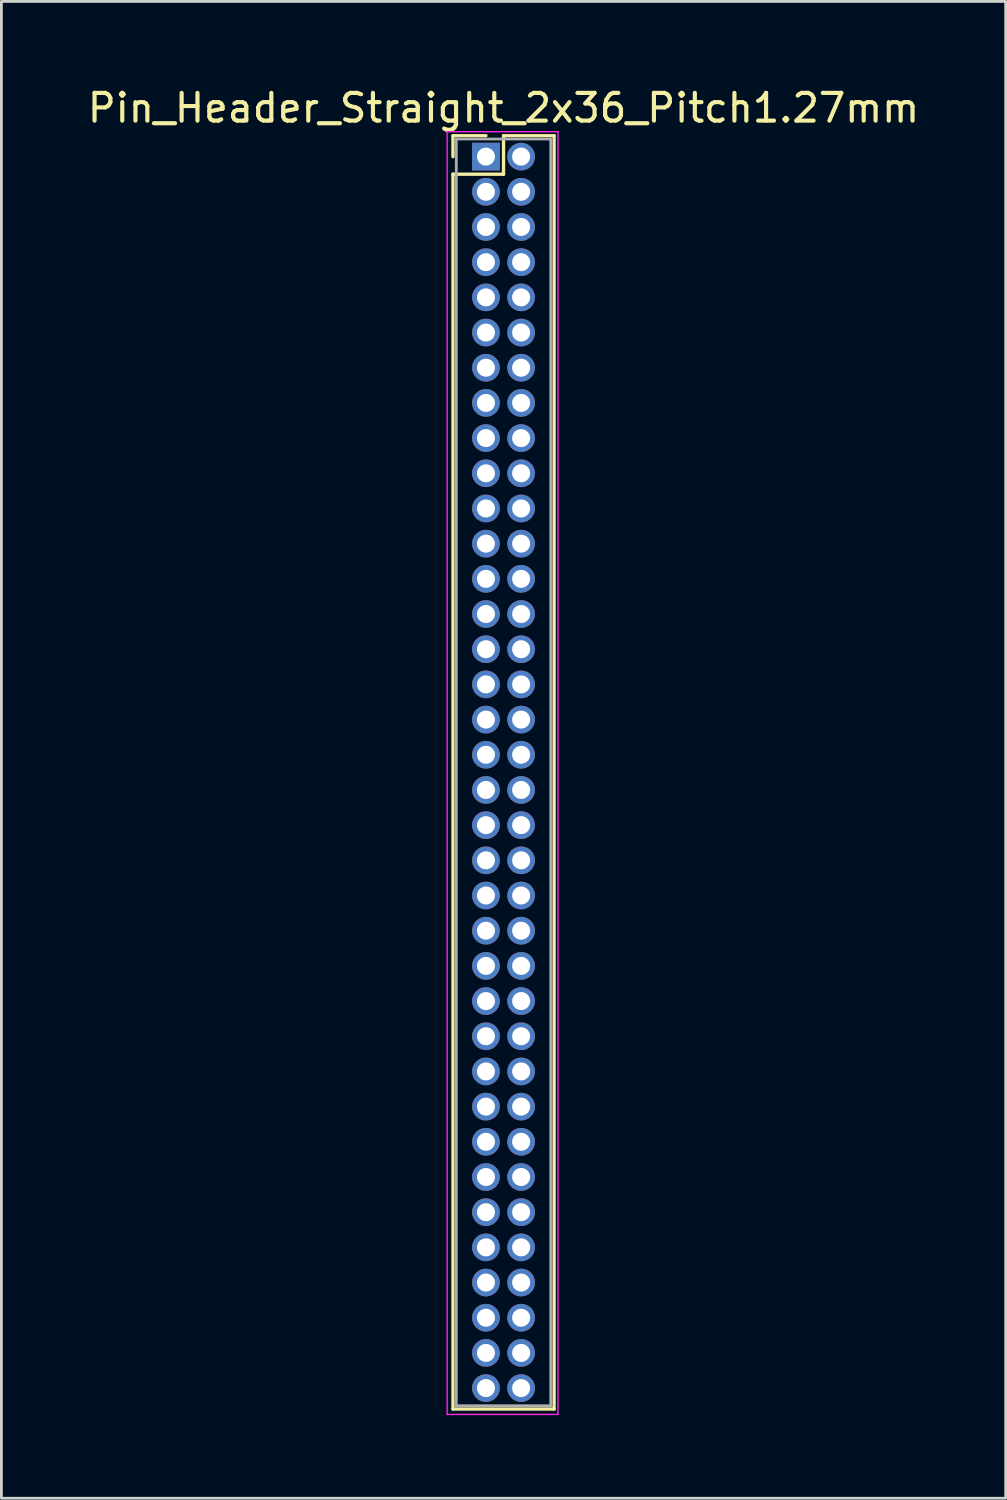
<source format=kicad_pcb>
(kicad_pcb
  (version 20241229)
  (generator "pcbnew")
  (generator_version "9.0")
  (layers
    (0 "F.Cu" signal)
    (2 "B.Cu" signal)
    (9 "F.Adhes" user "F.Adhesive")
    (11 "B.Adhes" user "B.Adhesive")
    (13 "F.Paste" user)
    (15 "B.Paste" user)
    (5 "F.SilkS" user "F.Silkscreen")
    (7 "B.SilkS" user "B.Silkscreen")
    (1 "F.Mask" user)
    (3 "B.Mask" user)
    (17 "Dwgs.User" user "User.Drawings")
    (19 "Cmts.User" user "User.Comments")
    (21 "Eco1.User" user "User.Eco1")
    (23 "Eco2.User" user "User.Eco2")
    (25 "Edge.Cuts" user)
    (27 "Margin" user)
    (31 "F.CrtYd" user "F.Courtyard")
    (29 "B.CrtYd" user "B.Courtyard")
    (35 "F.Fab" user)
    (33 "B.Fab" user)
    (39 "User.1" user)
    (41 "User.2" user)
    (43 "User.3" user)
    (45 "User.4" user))
  (footprint "Pin_Header_Straight_2x36_Pitch1.27mm"
    (layer "F.Cu")
    (at 14.49 2.603)
    (property "Reference" "Pin_Header_Straight_2x36_Pitch1.27mm" (at 0.635 -1.755 0) (layer "F.SilkS") (effects (font (size 1 1) (thickness 0.15))))
    (attr through_hole)
    (fp_line (start -1.19 -0.755) (end 0 -0.755) (stroke (width 0.12) (type solid)) (layer "F.SilkS"))
    (fp_line (start -1.19 0) (end -1.19 -0.755) (stroke (width 0.12) (type solid)) (layer "F.SilkS"))
    (fp_line (start -1.19 0.635) (end -1.19 45.205) (stroke (width 0.12) (type solid)) (layer "F.SilkS"))
    (fp_line (start -1.19 45.205) (end 2.46 45.205) (stroke (width 0.12) (type solid)) (layer "F.SilkS"))
    (fp_line (start 0.635 -0.755) (end 0.635 0.635) (stroke (width 0.12) (type solid)) (layer "F.SilkS"))
    (fp_line (start 0.635 0.635) (end -1.19 0.635) (stroke (width 0.12) (type solid)) (layer "F.SilkS"))
    (fp_line (start 2.46 -0.755) (end 0.635 -0.755) (stroke (width 0.12) (type solid)) (layer "F.SilkS"))
    (fp_line (start 2.46 45.205) (end 2.46 -0.755) (stroke (width 0.12) (type solid)) (layer "F.SilkS"))
    (fp_line (start -1.4 -0.9) (end -1.4 45.4) (stroke (width 0.05) (type solid)) (layer "F.CrtYd"))
    (fp_line (start -1.4 45.4) (end 2.6 45.4) (stroke (width 0.05) (type solid)) (layer "F.CrtYd"))
    (fp_line (start 2.6 -0.9) (end -1.4 -0.9) (stroke (width 0.05) (type solid)) (layer "F.CrtYd"))
    (fp_line (start 2.6 45.4) (end 2.6 -0.9) (stroke (width 0.05) (type solid)) (layer "F.CrtYd"))
    (fp_line (start -1.07 -0.635) (end -1.07 45.085) (stroke (width 0.1) (type solid)) (layer "F.Fab"))
    (fp_line (start -1.07 45.085) (end 2.34 45.085) (stroke (width 0.1) (type solid)) (layer "F.Fab"))
    (fp_line (start 2.34 -0.635) (end -1.07 -0.635) (stroke (width 0.1) (type solid)) (layer "F.Fab"))
    (fp_line (start 2.34 45.085) (end 2.34 -0.635) (stroke (width 0.1) (type solid)) (layer "F.Fab"))
    (pad "1" thru_hole rect (at 0 0) (size 1 1) (drill 0.65) (layers "*.Cu" "*.Mask"))
    (pad "2" thru_hole oval (at 1.27 0) (size 1 1) (drill 0.65) (layers "*.Cu" "*.Mask"))
    (pad "3" thru_hole oval (at 0 1.27) (size 1 1) (drill 0.65) (layers "*.Cu" "*.Mask"))
    (pad "4" thru_hole oval (at 1.27 1.27) (size 1 1) (drill 0.65) (layers "*.Cu" "*.Mask"))
    (pad "5" thru_hole oval (at 0 2.54) (size 1 1) (drill 0.65) (layers "*.Cu" "*.Mask"))
    (pad "6" thru_hole oval (at 1.27 2.54) (size 1 1) (drill 0.65) (layers "*.Cu" "*.Mask"))
    (pad "7" thru_hole oval (at 0 3.81) (size 1 1) (drill 0.65) (layers "*.Cu" "*.Mask"))
    (pad "8" thru_hole oval (at 1.27 3.81) (size 1 1) (drill 0.65) (layers "*.Cu" "*.Mask"))
    (pad "9" thru_hole oval (at 0 5.08) (size 1 1) (drill 0.65) (layers "*.Cu" "*.Mask"))
    (pad "10" thru_hole oval (at 1.27 5.08) (size 1 1) (drill 0.65) (layers "*.Cu" "*.Mask"))
    (pad "11" thru_hole oval (at 0 6.35) (size 1 1) (drill 0.65) (layers "*.Cu" "*.Mask"))
    (pad "12" thru_hole oval (at 1.27 6.35) (size 1 1) (drill 0.65) (layers "*.Cu" "*.Mask"))
    (pad "13" thru_hole oval (at 0 7.62) (size 1 1) (drill 0.65) (layers "*.Cu" "*.Mask"))
    (pad "14" thru_hole oval (at 1.27 7.62) (size 1 1) (drill 0.65) (layers "*.Cu" "*.Mask"))
    (pad "15" thru_hole oval (at 0 8.89) (size 1 1) (drill 0.65) (layers "*.Cu" "*.Mask"))
    (pad "16" thru_hole oval (at 1.27 8.89) (size 1 1) (drill 0.65) (layers "*.Cu" "*.Mask"))
    (pad "17" thru_hole oval (at 0 10.16) (size 1 1) (drill 0.65) (layers "*.Cu" "*.Mask"))
    (pad "18" thru_hole oval (at 1.27 10.16) (size 1 1) (drill 0.65) (layers "*.Cu" "*.Mask"))
    (pad "19" thru_hole oval (at 0 11.43) (size 1 1) (drill 0.65) (layers "*.Cu" "*.Mask"))
    (pad "20" thru_hole oval (at 1.27 11.43) (size 1 1) (drill 0.65) (layers "*.Cu" "*.Mask"))
    (pad "21" thru_hole oval (at 0 12.7) (size 1 1) (drill 0.65) (layers "*.Cu" "*.Mask"))
    (pad "22" thru_hole oval (at 1.27 12.7) (size 1 1) (drill 0.65) (layers "*.Cu" "*.Mask"))
    (pad "23" thru_hole oval (at 0 13.97) (size 1 1) (drill 0.65) (layers "*.Cu" "*.Mask"))
    (pad "24" thru_hole oval (at 1.27 13.97) (size 1 1) (drill 0.65) (layers "*.Cu" "*.Mask"))
    (pad "25" thru_hole oval (at 0 15.24) (size 1 1) (drill 0.65) (layers "*.Cu" "*.Mask"))
    (pad "26" thru_hole oval (at 1.27 15.24) (size 1 1) (drill 0.65) (layers "*.Cu" "*.Mask"))
    (pad "27" thru_hole oval (at 0 16.51) (size 1 1) (drill 0.65) (layers "*.Cu" "*.Mask"))
    (pad "28" thru_hole oval (at 1.27 16.51) (size 1 1) (drill 0.65) (layers "*.Cu" "*.Mask"))
    (pad "29" thru_hole oval (at 0 17.78) (size 1 1) (drill 0.65) (layers "*.Cu" "*.Mask"))
    (pad "30" thru_hole oval (at 1.27 17.78) (size 1 1) (drill 0.65) (layers "*.Cu" "*.Mask"))
    (pad "31" thru_hole oval (at 0 19.05) (size 1 1) (drill 0.65) (layers "*.Cu" "*.Mask"))
    (pad "32" thru_hole oval (at 1.27 19.05) (size 1 1) (drill 0.65) (layers "*.Cu" "*.Mask"))
    (pad "33" thru_hole oval (at 0 20.32) (size 1 1) (drill 0.65) (layers "*.Cu" "*.Mask"))
    (pad "34" thru_hole oval (at 1.27 20.32) (size 1 1) (drill 0.65) (layers "*.Cu" "*.Mask"))
    (pad "35" thru_hole oval (at 0 21.59) (size 1 1) (drill 0.65) (layers "*.Cu" "*.Mask"))
    (pad "36" thru_hole oval (at 1.27 21.59) (size 1 1) (drill 0.65) (layers "*.Cu" "*.Mask"))
    (pad "37" thru_hole oval (at 0 22.86) (size 1 1) (drill 0.65) (layers "*.Cu" "*.Mask"))
    (pad "38" thru_hole oval (at 1.27 22.86) (size 1 1) (drill 0.65) (layers "*.Cu" "*.Mask"))
    (pad "39" thru_hole oval (at 0 24.13) (size 1 1) (drill 0.65) (layers "*.Cu" "*.Mask"))
    (pad "40" thru_hole oval (at 1.27 24.13) (size 1 1) (drill 0.65) (layers "*.Cu" "*.Mask"))
    (pad "41" thru_hole oval (at 0 25.4) (size 1 1) (drill 0.65) (layers "*.Cu" "*.Mask"))
    (pad "42" thru_hole oval (at 1.27 25.4) (size 1 1) (drill 0.65) (layers "*.Cu" "*.Mask"))
    (pad "43" thru_hole oval (at 0 26.67) (size 1 1) (drill 0.65) (layers "*.Cu" "*.Mask"))
    (pad "44" thru_hole oval (at 1.27 26.67) (size 1 1) (drill 0.65) (layers "*.Cu" "*.Mask"))
    (pad "45" thru_hole oval (at 0 27.94) (size 1 1) (drill 0.65) (layers "*.Cu" "*.Mask"))
    (pad "46" thru_hole oval (at 1.27 27.94) (size 1 1) (drill 0.65) (layers "*.Cu" "*.Mask"))
    (pad "47" thru_hole oval (at 0 29.21) (size 1 1) (drill 0.65) (layers "*.Cu" "*.Mask"))
    (pad "48" thru_hole oval (at 1.27 29.21) (size 1 1) (drill 0.65) (layers "*.Cu" "*.Mask"))
    (pad "49" thru_hole oval (at 0 30.48) (size 1 1) (drill 0.65) (layers "*.Cu" "*.Mask"))
    (pad "50" thru_hole oval (at 1.27 30.48) (size 1 1) (drill 0.65) (layers "*.Cu" "*.Mask"))
    (pad "51" thru_hole oval (at 0 31.75) (size 1 1) (drill 0.65) (layers "*.Cu" "*.Mask"))
    (pad "52" thru_hole oval (at 1.27 31.75) (size 1 1) (drill 0.65) (layers "*.Cu" "*.Mask"))
    (pad "53" thru_hole oval (at 0 33.02) (size 1 1) (drill 0.65) (layers "*.Cu" "*.Mask"))
    (pad "54" thru_hole oval (at 1.27 33.02) (size 1 1) (drill 0.65) (layers "*.Cu" "*.Mask"))
    (pad "55" thru_hole oval (at 0 34.29) (size 1 1) (drill 0.65) (layers "*.Cu" "*.Mask"))
    (pad "56" thru_hole oval (at 1.27 34.29) (size 1 1) (drill 0.65) (layers "*.Cu" "*.Mask"))
    (pad "57" thru_hole oval (at 0 35.56) (size 1 1) (drill 0.65) (layers "*.Cu" "*.Mask"))
    (pad "58" thru_hole oval (at 1.27 35.56) (size 1 1) (drill 0.65) (layers "*.Cu" "*.Mask"))
    (pad "59" thru_hole oval (at 0 36.83) (size 1 1) (drill 0.65) (layers "*.Cu" "*.Mask"))
    (pad "60" thru_hole oval (at 1.27 36.83) (size 1 1) (drill 0.65) (layers "*.Cu" "*.Mask"))
    (pad "61" thru_hole oval (at 0 38.1) (size 1 1) (drill 0.65) (layers "*.Cu" "*.Mask"))
    (pad "62" thru_hole oval (at 1.27 38.1) (size 1 1) (drill 0.65) (layers "*.Cu" "*.Mask"))
    (pad "63" thru_hole oval (at 0 39.37) (size 1 1) (drill 0.65) (layers "*.Cu" "*.Mask"))
    (pad "64" thru_hole oval (at 1.27 39.37) (size 1 1) (drill 0.65) (layers "*.Cu" "*.Mask"))
    (pad "65" thru_hole oval (at 0 40.64) (size 1 1) (drill 0.65) (layers "*.Cu" "*.Mask"))
    (pad "66" thru_hole oval (at 1.27 40.64) (size 1 1) (drill 0.65) (layers "*.Cu" "*.Mask"))
    (pad "67" thru_hole oval (at 0 41.91) (size 1 1) (drill 0.65) (layers "*.Cu" "*.Mask"))
    (pad "68" thru_hole oval (at 1.27 41.91) (size 1 1) (drill 0.65) (layers "*.Cu" "*.Mask"))
    (pad "69" thru_hole oval (at 0 43.18) (size 1 1) (drill 0.65) (layers "*.Cu" "*.Mask"))
    (pad "70" thru_hole oval (at 1.27 43.18) (size 1 1) (drill 0.65) (layers "*.Cu" "*.Mask"))
    (pad "71" thru_hole oval (at 0 44.45) (size 1 1) (drill 0.65) (layers "*.Cu" "*.Mask"))
    (pad "72" thru_hole oval (at 1.27 44.45) (size 1 1) (drill 0.65) (layers "*.Cu" "*.Mask")))
  (gr_rect
    (start -3 -3)
    (end 33.25 51.028)
    (stroke (width 0.1) (type default))
    (fill no)
    (layer "Edge.Cuts")))
</source>
